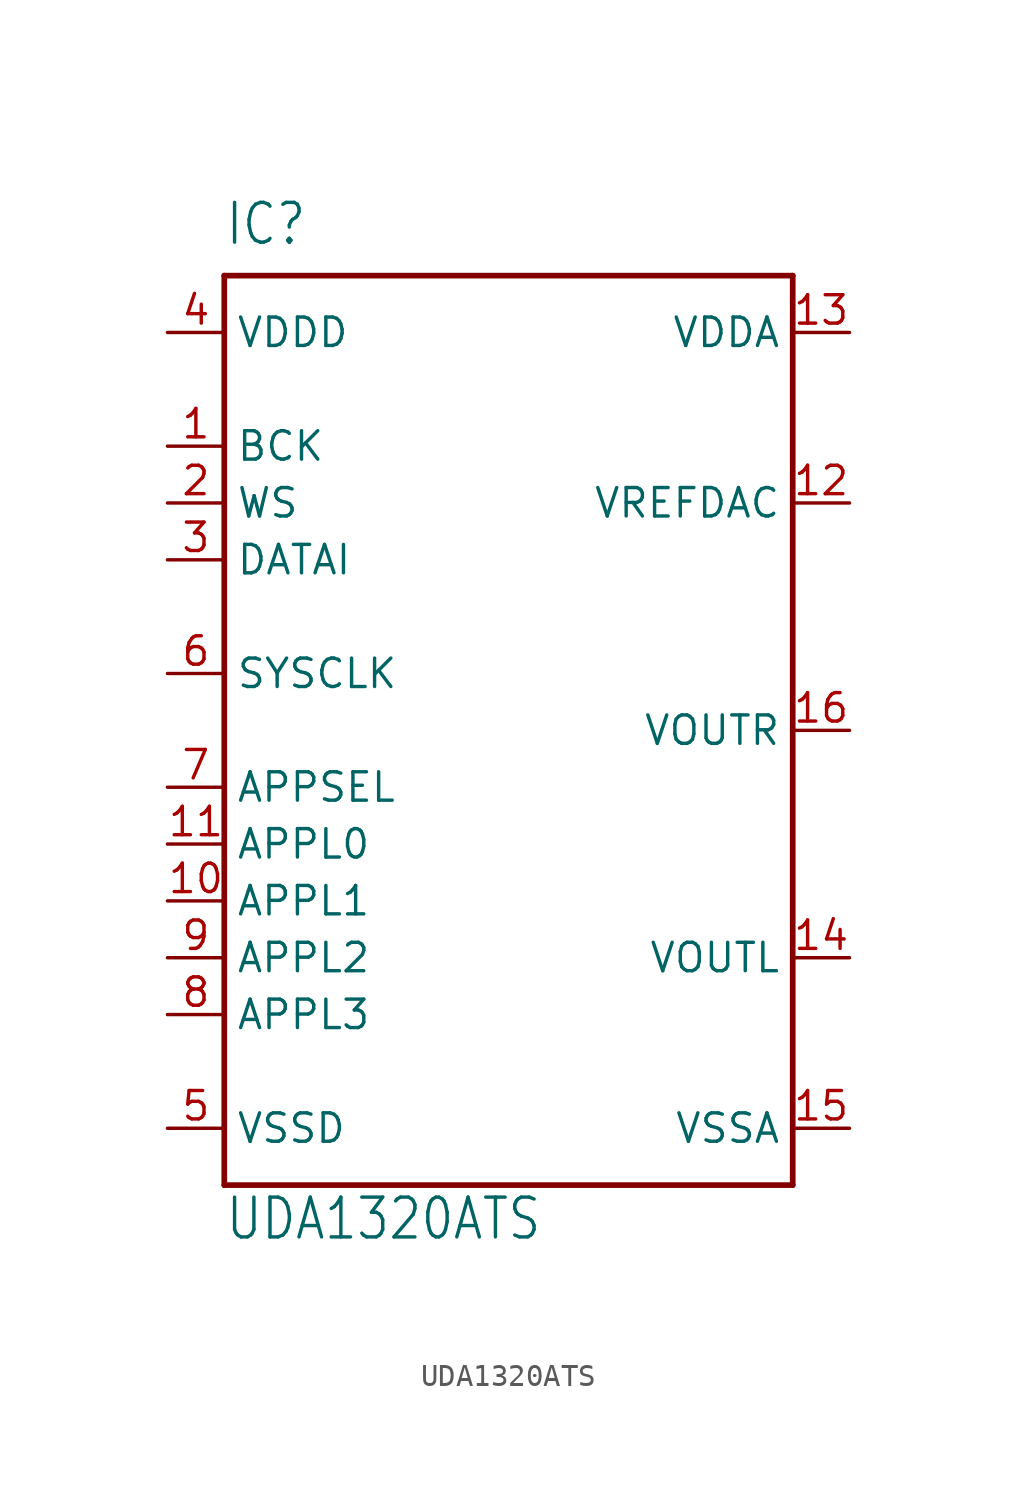
<source format=kicad_sym>
(kicad_symbol_lib
  (version 20211014)
  (generator kicad_symbol_editor)
  (symbol "UDA1320ATS"
    (property "Reference" "IC"
      (at -12.7 21.59 0)
      (effects (font (size 1.778 1.511)) (justify left bottom)))
    (property "Value" "UDA1320ATS"
      (at -12.7 -22.86 0)
      (effects (font (size 1.778 1.511)) (justify left bottom)))
    (property "ki_locked" ""
      (at 0 0 0)
      (effects (font (size 1.27 1.27))))
    (symbol "UDA1320ATS_1_0"
      (polyline (pts (xy -12.7 -20.32) (xy -12.7 20.32)) (stroke (width 0.254) (type default) (color 0 0 0 0)) (fill (type none)))
      (polyline (pts (xy -12.7 20.32) (xy 12.7 20.32)) (stroke (width 0.254) (type default) (color 0 0 0 0)) (fill (type none)))
      (polyline (pts (xy 12.7 -20.32) (xy -12.7 -20.32)) (stroke (width 0.254) (type default) (color 0 0 0 0)) (fill (type none)))
      (polyline (pts (xy 12.7 20.32) (xy 12.7 -20.32)) (stroke (width 0.254) (type default) (color 0 0 0 0)) (fill (type none)))
      (pin input line (at -15.24 12.7 0) (length 2.54) (name "BCK" (effects (font (size 1.27 1.27)))) (number "1" (effects (font (size 1.27 1.27)))))
      (pin input line (at -15.24 -7.62 0) (length 2.54) (name "APPL1" (effects (font (size 1.27 1.27)))) (number "10" (effects (font (size 1.27 1.27)))))
      (pin input line (at -15.24 -5.08 0) (length 2.54) (name "APPL0" (effects (font (size 1.27 1.27)))) (number "11" (effects (font (size 1.27 1.27)))))
      (pin input line (at 15.24 10.16 180) (length 2.54) (name "VREFDAC" (effects (font (size 1.27 1.27)))) (number "12" (effects (font (size 1.27 1.27)))))
      (pin power_in line (at 15.24 17.78 180) (length 2.54) (name "VDDA" (effects (font (size 1.27 1.27)))) (number "13" (effects (font (size 1.27 1.27)))))
      (pin output line (at 15.24 -10.16 180) (length 2.54) (name "VOUTL" (effects (font (size 1.27 1.27)))) (number "14" (effects (font (size 1.27 1.27)))))
      (pin power_in line (at 15.24 -17.78 180) (length 2.54) (name "VSSA" (effects (font (size 1.27 1.27)))) (number "15" (effects (font (size 1.27 1.27)))))
      (pin output line (at 15.24 0 180) (length 2.54) (name "VOUTR" (effects (font (size 1.27 1.27)))) (number "16" (effects (font (size 1.27 1.27)))))
      (pin input line (at -15.24 10.16 0) (length 2.54) (name "WS" (effects (font (size 1.27 1.27)))) (number "2" (effects (font (size 1.27 1.27)))))
      (pin input line (at -15.24 7.62 0) (length 2.54) (name "DATAI" (effects (font (size 1.27 1.27)))) (number "3" (effects (font (size 1.27 1.27)))))
      (pin power_in line (at -15.24 17.78 0) (length 2.54) (name "VDDD" (effects (font (size 1.27 1.27)))) (number "4" (effects (font (size 1.27 1.27)))))
      (pin power_in line (at -15.24 -17.78 0) (length 2.54) (name "VSSD" (effects (font (size 1.27 1.27)))) (number "5" (effects (font (size 1.27 1.27)))))
      (pin input line (at -15.24 2.54 0) (length 2.54) (name "SYSCLK" (effects (font (size 1.27 1.27)))) (number "6" (effects (font (size 1.27 1.27)))))
      (pin input line (at -15.24 -2.54 0) (length 2.54) (name "APPSEL" (effects (font (size 1.27 1.27)))) (number "7" (effects (font (size 1.27 1.27)))))
      (pin input line (at -15.24 -12.7 0) (length 2.54) (name "APPL3" (effects (font (size 1.27 1.27)))) (number "8" (effects (font (size 1.27 1.27)))))
      (pin input line (at -15.24 -10.16 0) (length 2.54) (name "APPL2" (effects (font (size 1.27 1.27)))) (number "9" (effects (font (size 1.27 1.27))))))))
</source>
